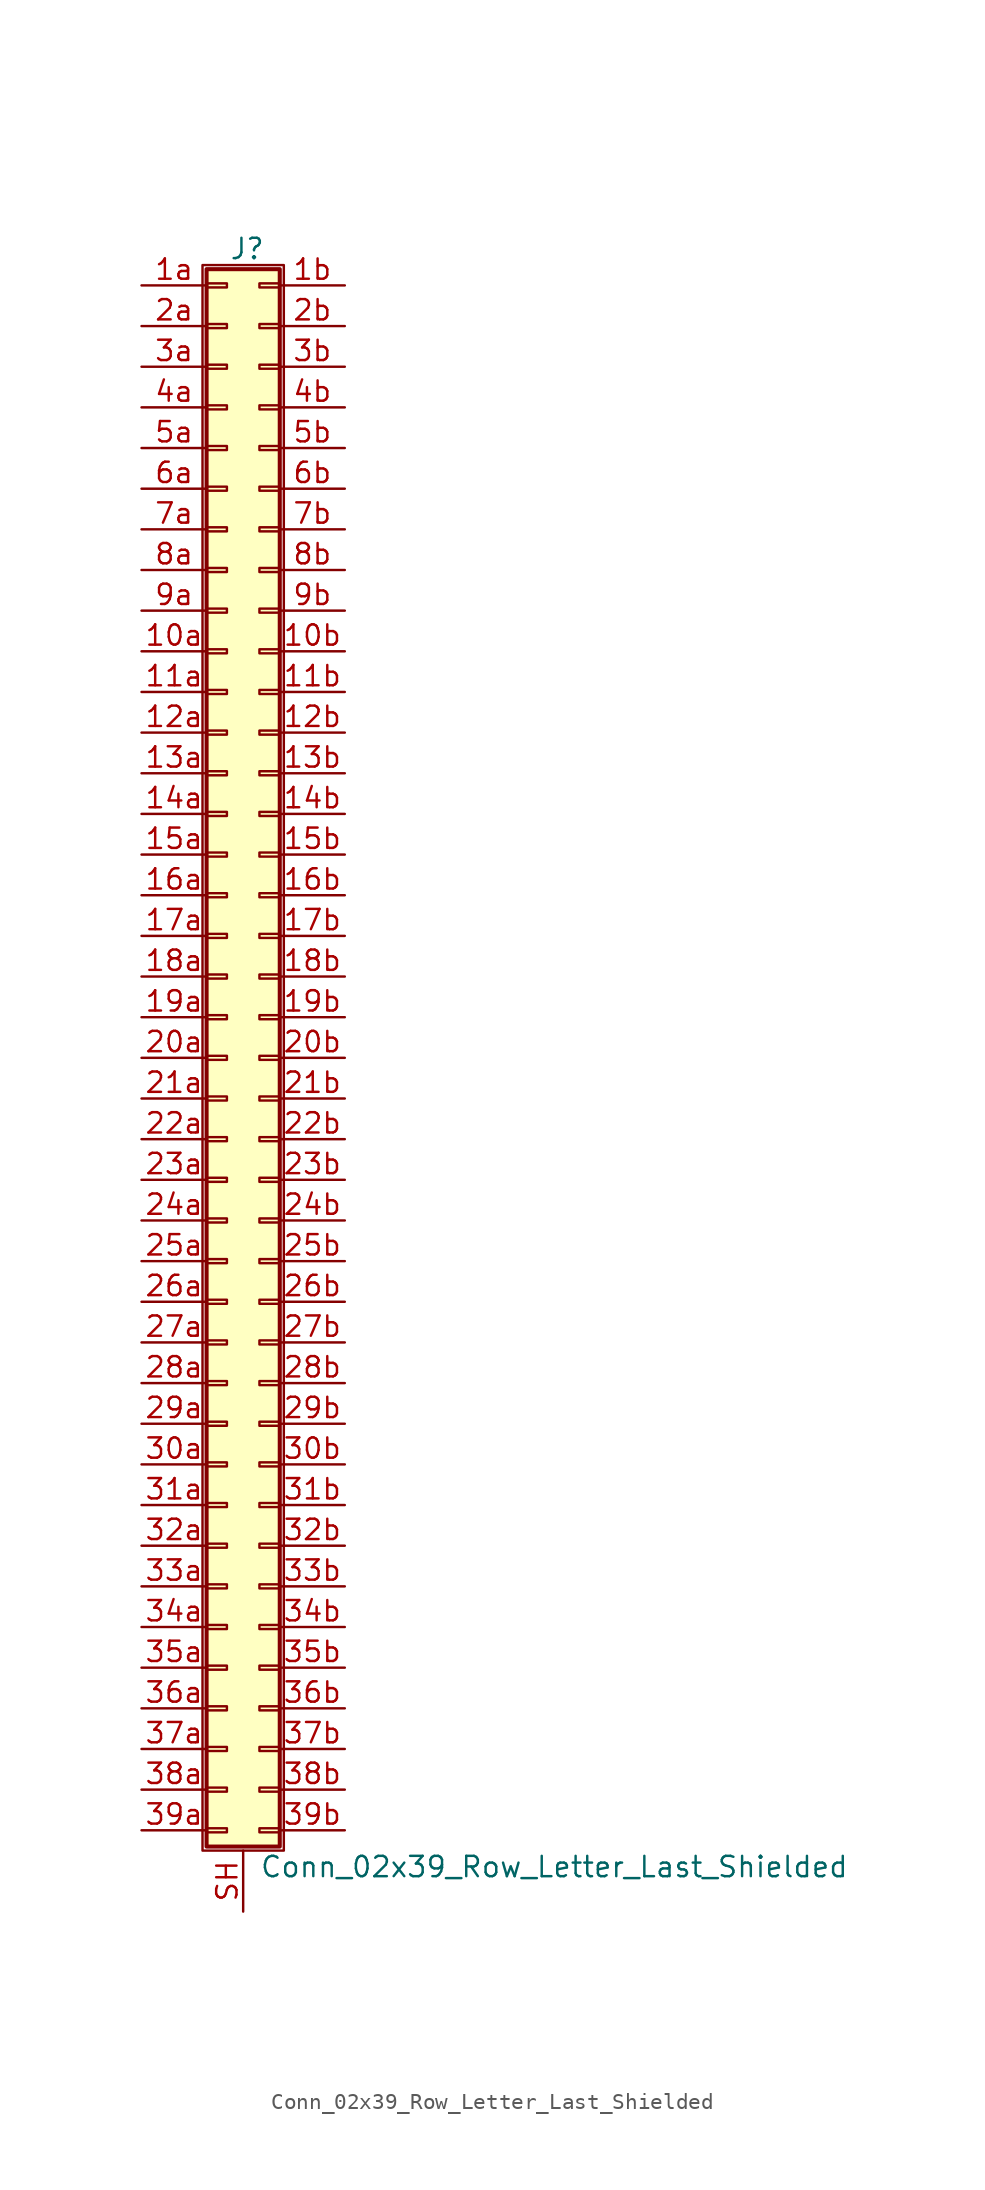
<source format=kicad_sym>
(kicad_symbol_lib
  (version 20211014)
  (generator kicad_symbol_editor)
  (symbol "Conn_02x39_Row_Letter_Last_Shielded"
    (pin_names
      (offset 1.016) hide)
    (property "Reference" "J"
      (at 1.524 50.546 0)
      (effects (font (size 1.27 1.27))))
    (property "Value" "Conn_02x39_Row_Letter_Last_Shielded"
      (at 2.286 -50.546 0)
      (effects (font (size 1.27 1.27)) (justify left)))
    (symbol "Conn_02x39_Row_Letter_Last_Shielded_1_1"
      (rectangle (start -1.27 49.53) (end 3.81 -49.53) (stroke (width 0.152) (type default) (color 0 0 0 0)) (fill (type none)))
      (rectangle (start -1.016 -48.133) (end 0.254 -48.387) (stroke (width 0.152) (type default) (color 0 0 0 0)) (fill (type none)))
      (rectangle (start -1.016 -45.593) (end 0.254 -45.847) (stroke (width 0.152) (type default) (color 0 0 0 0)) (fill (type none)))
      (rectangle (start -1.016 -43.053) (end 0.254 -43.307) (stroke (width 0.152) (type default) (color 0 0 0 0)) (fill (type none)))
      (rectangle (start -1.016 -40.513) (end 0.254 -40.767) (stroke (width 0.152) (type default) (color 0 0 0 0)) (fill (type none)))
      (rectangle (start -1.016 -37.973) (end 0.254 -38.227) (stroke (width 0.152) (type default) (color 0 0 0 0)) (fill (type none)))
      (rectangle (start -1.016 -35.433) (end 0.254 -35.687) (stroke (width 0.152) (type default) (color 0 0 0 0)) (fill (type none)))
      (rectangle (start -1.016 -32.893) (end 0.254 -33.147) (stroke (width 0.152) (type default) (color 0 0 0 0)) (fill (type none)))
      (rectangle (start -1.016 -30.353) (end 0.254 -30.607) (stroke (width 0.152) (type default) (color 0 0 0 0)) (fill (type none)))
      (rectangle (start -1.016 -27.813) (end 0.254 -28.067) (stroke (width 0.152) (type default) (color 0 0 0 0)) (fill (type none)))
      (rectangle (start -1.016 -25.273) (end 0.254 -25.527) (stroke (width 0.152) (type default) (color 0 0 0 0)) (fill (type none)))
      (rectangle (start -1.016 -22.733) (end 0.254 -22.987) (stroke (width 0.152) (type default) (color 0 0 0 0)) (fill (type none)))
      (rectangle (start -1.016 -20.193) (end 0.254 -20.447) (stroke (width 0.152) (type default) (color 0 0 0 0)) (fill (type none)))
      (rectangle (start -1.016 -17.653) (end 0.254 -17.907) (stroke (width 0.152) (type default) (color 0 0 0 0)) (fill (type none)))
      (rectangle (start -1.016 -15.113) (end 0.254 -15.367) (stroke (width 0.152) (type default) (color 0 0 0 0)) (fill (type none)))
      (rectangle (start -1.016 -12.573) (end 0.254 -12.827) (stroke (width 0.152) (type default) (color 0 0 0 0)) (fill (type none)))
      (rectangle (start -1.016 -10.033) (end 0.254 -10.287) (stroke (width 0.152) (type default) (color 0 0 0 0)) (fill (type none)))
      (rectangle (start -1.016 -7.493) (end 0.254 -7.747) (stroke (width 0.152) (type default) (color 0 0 0 0)) (fill (type none)))
      (rectangle (start -1.016 -4.953) (end 0.254 -5.207) (stroke (width 0.152) (type default) (color 0 0 0 0)) (fill (type none)))
      (rectangle (start -1.016 -2.413) (end 0.254 -2.667) (stroke (width 0.152) (type default) (color 0 0 0 0)) (fill (type none)))
      (rectangle (start -1.016 0.127) (end 0.254 -0.127) (stroke (width 0.152) (type default) (color 0 0 0 0)) (fill (type none)))
      (rectangle (start -1.016 2.667) (end 0.254 2.413) (stroke (width 0.152) (type default) (color 0 0 0 0)) (fill (type none)))
      (rectangle (start -1.016 5.207) (end 0.254 4.953) (stroke (width 0.152) (type default) (color 0 0 0 0)) (fill (type none)))
      (rectangle (start -1.016 7.747) (end 0.254 7.493) (stroke (width 0.152) (type default) (color 0 0 0 0)) (fill (type none)))
      (rectangle (start -1.016 10.287) (end 0.254 10.033) (stroke (width 0.152) (type default) (color 0 0 0 0)) (fill (type none)))
      (rectangle (start -1.016 12.827) (end 0.254 12.573) (stroke (width 0.152) (type default) (color 0 0 0 0)) (fill (type none)))
      (rectangle (start -1.016 15.367) (end 0.254 15.113) (stroke (width 0.152) (type default) (color 0 0 0 0)) (fill (type none)))
      (rectangle (start -1.016 17.907) (end 0.254 17.653) (stroke (width 0.152) (type default) (color 0 0 0 0)) (fill (type none)))
      (rectangle (start -1.016 20.447) (end 0.254 20.193) (stroke (width 0.152) (type default) (color 0 0 0 0)) (fill (type none)))
      (rectangle (start -1.016 22.987) (end 0.254 22.733) (stroke (width 0.152) (type default) (color 0 0 0 0)) (fill (type none)))
      (rectangle (start -1.016 25.527) (end 0.254 25.273) (stroke (width 0.152) (type default) (color 0 0 0 0)) (fill (type none)))
      (rectangle (start -1.016 28.067) (end 0.254 27.813) (stroke (width 0.152) (type default) (color 0 0 0 0)) (fill (type none)))
      (rectangle (start -1.016 30.607) (end 0.254 30.353) (stroke (width 0.152) (type default) (color 0 0 0 0)) (fill (type none)))
      (rectangle (start -1.016 33.147) (end 0.254 32.893) (stroke (width 0.152) (type default) (color 0 0 0 0)) (fill (type none)))
      (rectangle (start -1.016 35.687) (end 0.254 35.433) (stroke (width 0.152) (type default) (color 0 0 0 0)) (fill (type none)))
      (rectangle (start -1.016 38.227) (end 0.254 37.973) (stroke (width 0.152) (type default) (color 0 0 0 0)) (fill (type none)))
      (rectangle (start -1.016 40.767) (end 0.254 40.513) (stroke (width 0.152) (type default) (color 0 0 0 0)) (fill (type none)))
      (rectangle (start -1.016 43.307) (end 0.254 43.053) (stroke (width 0.152) (type default) (color 0 0 0 0)) (fill (type none)))
      (rectangle (start -1.016 45.847) (end 0.254 45.593) (stroke (width 0.152) (type default) (color 0 0 0 0)) (fill (type none)))
      (rectangle (start -1.016 48.387) (end 0.254 48.133) (stroke (width 0.152) (type default) (color 0 0 0 0)) (fill (type none)))
      (rectangle (start -1.016 49.276) (end 3.556 -49.276) (stroke (width 0.254) (type default) (color 0 0 0 0)) (fill (type background)))
      (rectangle (start 3.556 -48.133) (end 2.286 -48.387) (stroke (width 0.152) (type default) (color 0 0 0 0)) (fill (type none)))
      (rectangle (start 3.556 -45.593) (end 2.286 -45.847) (stroke (width 0.152) (type default) (color 0 0 0 0)) (fill (type none)))
      (rectangle (start 3.556 -43.053) (end 2.286 -43.307) (stroke (width 0.152) (type default) (color 0 0 0 0)) (fill (type none)))
      (rectangle (start 3.556 -40.513) (end 2.286 -40.767) (stroke (width 0.152) (type default) (color 0 0 0 0)) (fill (type none)))
      (rectangle (start 3.556 -37.973) (end 2.286 -38.227) (stroke (width 0.152) (type default) (color 0 0 0 0)) (fill (type none)))
      (rectangle (start 3.556 -35.433) (end 2.286 -35.687) (stroke (width 0.152) (type default) (color 0 0 0 0)) (fill (type none)))
      (rectangle (start 3.556 -32.893) (end 2.286 -33.147) (stroke (width 0.152) (type default) (color 0 0 0 0)) (fill (type none)))
      (rectangle (start 3.556 -30.353) (end 2.286 -30.607) (stroke (width 0.152) (type default) (color 0 0 0 0)) (fill (type none)))
      (rectangle (start 3.556 -27.813) (end 2.286 -28.067) (stroke (width 0.152) (type default) (color 0 0 0 0)) (fill (type none)))
      (rectangle (start 3.556 -25.273) (end 2.286 -25.527) (stroke (width 0.152) (type default) (color 0 0 0 0)) (fill (type none)))
      (rectangle (start 3.556 -22.733) (end 2.286 -22.987) (stroke (width 0.152) (type default) (color 0 0 0 0)) (fill (type none)))
      (rectangle (start 3.556 -20.193) (end 2.286 -20.447) (stroke (width 0.152) (type default) (color 0 0 0 0)) (fill (type none)))
      (rectangle (start 3.556 -17.653) (end 2.286 -17.907) (stroke (width 0.152) (type default) (color 0 0 0 0)) (fill (type none)))
      (rectangle (start 3.556 -15.113) (end 2.286 -15.367) (stroke (width 0.152) (type default) (color 0 0 0 0)) (fill (type none)))
      (rectangle (start 3.556 -12.573) (end 2.286 -12.827) (stroke (width 0.152) (type default) (color 0 0 0 0)) (fill (type none)))
      (rectangle (start 3.556 -10.033) (end 2.286 -10.287) (stroke (width 0.152) (type default) (color 0 0 0 0)) (fill (type none)))
      (rectangle (start 3.556 -7.493) (end 2.286 -7.747) (stroke (width 0.152) (type default) (color 0 0 0 0)) (fill (type none)))
      (rectangle (start 3.556 -4.953) (end 2.286 -5.207) (stroke (width 0.152) (type default) (color 0 0 0 0)) (fill (type none)))
      (rectangle (start 3.556 -2.413) (end 2.286 -2.667) (stroke (width 0.152) (type default) (color 0 0 0 0)) (fill (type none)))
      (rectangle (start 3.556 0.127) (end 2.286 -0.127) (stroke (width 0.152) (type default) (color 0 0 0 0)) (fill (type none)))
      (rectangle (start 3.556 2.667) (end 2.286 2.413) (stroke (width 0.152) (type default) (color 0 0 0 0)) (fill (type none)))
      (rectangle (start 3.556 5.207) (end 2.286 4.953) (stroke (width 0.152) (type default) (color 0 0 0 0)) (fill (type none)))
      (rectangle (start 3.556 7.747) (end 2.286 7.493) (stroke (width 0.152) (type default) (color 0 0 0 0)) (fill (type none)))
      (rectangle (start 3.556 10.287) (end 2.286 10.033) (stroke (width 0.152) (type default) (color 0 0 0 0)) (fill (type none)))
      (rectangle (start 3.556 12.827) (end 2.286 12.573) (stroke (width 0.152) (type default) (color 0 0 0 0)) (fill (type none)))
      (rectangle (start 3.556 15.367) (end 2.286 15.113) (stroke (width 0.152) (type default) (color 0 0 0 0)) (fill (type none)))
      (rectangle (start 3.556 17.907) (end 2.286 17.653) (stroke (width 0.152) (type default) (color 0 0 0 0)) (fill (type none)))
      (rectangle (start 3.556 20.447) (end 2.286 20.193) (stroke (width 0.152) (type default) (color 0 0 0 0)) (fill (type none)))
      (rectangle (start 3.556 22.987) (end 2.286 22.733) (stroke (width 0.152) (type default) (color 0 0 0 0)) (fill (type none)))
      (rectangle (start 3.556 25.527) (end 2.286 25.273) (stroke (width 0.152) (type default) (color 0 0 0 0)) (fill (type none)))
      (rectangle (start 3.556 28.067) (end 2.286 27.813) (stroke (width 0.152) (type default) (color 0 0 0 0)) (fill (type none)))
      (rectangle (start 3.556 30.607) (end 2.286 30.353) (stroke (width 0.152) (type default) (color 0 0 0 0)) (fill (type none)))
      (rectangle (start 3.556 33.147) (end 2.286 32.893) (stroke (width 0.152) (type default) (color 0 0 0 0)) (fill (type none)))
      (rectangle (start 3.556 35.687) (end 2.286 35.433) (stroke (width 0.152) (type default) (color 0 0 0 0)) (fill (type none)))
      (rectangle (start 3.556 38.227) (end 2.286 37.973) (stroke (width 0.152) (type default) (color 0 0 0 0)) (fill (type none)))
      (rectangle (start 3.556 40.767) (end 2.286 40.513) (stroke (width 0.152) (type default) (color 0 0 0 0)) (fill (type none)))
      (rectangle (start 3.556 43.307) (end 2.286 43.053) (stroke (width 0.152) (type default) (color 0 0 0 0)) (fill (type none)))
      (rectangle (start 3.556 45.847) (end 2.286 45.593) (stroke (width 0.152) (type default) (color 0 0 0 0)) (fill (type none)))
      (rectangle (start 3.556 48.387) (end 2.286 48.133) (stroke (width 0.152) (type default) (color 0 0 0 0)) (fill (type none)))
      (pin passive line (at -5.08 25.4 0) (length 4.064) (name "Pin_10a" (effects (font (size 1.27 1.27)))) (number "10a" (effects (font (size 1.27 1.27)))))
      (pin passive line (at 7.62 25.4 180) (length 4.064) (name "Pin_10b" (effects (font (size 1.27 1.27)))) (number "10b" (effects (font (size 1.27 1.27)))))
      (pin passive line (at -5.08 22.86 0) (length 4.064) (name "Pin_11a" (effects (font (size 1.27 1.27)))) (number "11a" (effects (font (size 1.27 1.27)))))
      (pin passive line (at 7.62 22.86 180) (length 4.064) (name "Pin_11b" (effects (font (size 1.27 1.27)))) (number "11b" (effects (font (size 1.27 1.27)))))
      (pin passive line (at -5.08 20.32 0) (length 4.064) (name "Pin_12a" (effects (font (size 1.27 1.27)))) (number "12a" (effects (font (size 1.27 1.27)))))
      (pin passive line (at 7.62 20.32 180) (length 4.064) (name "Pin_12b" (effects (font (size 1.27 1.27)))) (number "12b" (effects (font (size 1.27 1.27)))))
      (pin passive line (at -5.08 17.78 0) (length 4.064) (name "Pin_13a" (effects (font (size 1.27 1.27)))) (number "13a" (effects (font (size 1.27 1.27)))))
      (pin passive line (at 7.62 17.78 180) (length 4.064) (name "Pin_13b" (effects (font (size 1.27 1.27)))) (number "13b" (effects (font (size 1.27 1.27)))))
      (pin passive line (at -5.08 15.24 0) (length 4.064) (name "Pin_14a" (effects (font (size 1.27 1.27)))) (number "14a" (effects (font (size 1.27 1.27)))))
      (pin passive line (at 7.62 15.24 180) (length 4.064) (name "Pin_14b" (effects (font (size 1.27 1.27)))) (number "14b" (effects (font (size 1.27 1.27)))))
      (pin passive line (at -5.08 12.7 0) (length 4.064) (name "Pin_15a" (effects (font (size 1.27 1.27)))) (number "15a" (effects (font (size 1.27 1.27)))))
      (pin passive line (at 7.62 12.7 180) (length 4.064) (name "Pin_15b" (effects (font (size 1.27 1.27)))) (number "15b" (effects (font (size 1.27 1.27)))))
      (pin passive line (at -5.08 10.16 0) (length 4.064) (name "Pin_16a" (effects (font (size 1.27 1.27)))) (number "16a" (effects (font (size 1.27 1.27)))))
      (pin passive line (at 7.62 10.16 180) (length 4.064) (name "Pin_16b" (effects (font (size 1.27 1.27)))) (number "16b" (effects (font (size 1.27 1.27)))))
      (pin passive line (at -5.08 7.62 0) (length 4.064) (name "Pin_17a" (effects (font (size 1.27 1.27)))) (number "17a" (effects (font (size 1.27 1.27)))))
      (pin passive line (at 7.62 7.62 180) (length 4.064) (name "Pin_17b" (effects (font (size 1.27 1.27)))) (number "17b" (effects (font (size 1.27 1.27)))))
      (pin passive line (at -5.08 5.08 0) (length 4.064) (name "Pin_18a" (effects (font (size 1.27 1.27)))) (number "18a" (effects (font (size 1.27 1.27)))))
      (pin passive line (at 7.62 5.08 180) (length 4.064) (name "Pin_18b" (effects (font (size 1.27 1.27)))) (number "18b" (effects (font (size 1.27 1.27)))))
      (pin passive line (at -5.08 2.54 0) (length 4.064) (name "Pin_19a" (effects (font (size 1.27 1.27)))) (number "19a" (effects (font (size 1.27 1.27)))))
      (pin passive line (at 7.62 2.54 180) (length 4.064) (name "Pin_19b" (effects (font (size 1.27 1.27)))) (number "19b" (effects (font (size 1.27 1.27)))))
      (pin passive line (at -5.08 48.26 0) (length 4.064) (name "Pin_1a" (effects (font (size 1.27 1.27)))) (number "1a" (effects (font (size 1.27 1.27)))))
      (pin passive line (at 7.62 48.26 180) (length 4.064) (name "Pin_1b" (effects (font (size 1.27 1.27)))) (number "1b" (effects (font (size 1.27 1.27)))))
      (pin passive line (at -5.08 0 0) (length 4.064) (name "Pin_20a" (effects (font (size 1.27 1.27)))) (number "20a" (effects (font (size 1.27 1.27)))))
      (pin passive line (at 7.62 0 180) (length 4.064) (name "Pin_20b" (effects (font (size 1.27 1.27)))) (number "20b" (effects (font (size 1.27 1.27)))))
      (pin passive line (at -5.08 -2.54 0) (length 4.064) (name "Pin_21a" (effects (font (size 1.27 1.27)))) (number "21a" (effects (font (size 1.27 1.27)))))
      (pin passive line (at 7.62 -2.54 180) (length 4.064) (name "Pin_21b" (effects (font (size 1.27 1.27)))) (number "21b" (effects (font (size 1.27 1.27)))))
      (pin passive line (at -5.08 -5.08 0) (length 4.064) (name "Pin_22a" (effects (font (size 1.27 1.27)))) (number "22a" (effects (font (size 1.27 1.27)))))
      (pin passive line (at 7.62 -5.08 180) (length 4.064) (name "Pin_22b" (effects (font (size 1.27 1.27)))) (number "22b" (effects (font (size 1.27 1.27)))))
      (pin passive line (at -5.08 -7.62 0) (length 4.064) (name "Pin_23a" (effects (font (size 1.27 1.27)))) (number "23a" (effects (font (size 1.27 1.27)))))
      (pin passive line (at 7.62 -7.62 180) (length 4.064) (name "Pin_23b" (effects (font (size 1.27 1.27)))) (number "23b" (effects (font (size 1.27 1.27)))))
      (pin passive line (at -5.08 -10.16 0) (length 4.064) (name "Pin_24a" (effects (font (size 1.27 1.27)))) (number "24a" (effects (font (size 1.27 1.27)))))
      (pin passive line (at 7.62 -10.16 180) (length 4.064) (name "Pin_24b" (effects (font (size 1.27 1.27)))) (number "24b" (effects (font (size 1.27 1.27)))))
      (pin passive line (at -5.08 -12.7 0) (length 4.064) (name "Pin_25a" (effects (font (size 1.27 1.27)))) (number "25a" (effects (font (size 1.27 1.27)))))
      (pin passive line (at 7.62 -12.7 180) (length 4.064) (name "Pin_25b" (effects (font (size 1.27 1.27)))) (number "25b" (effects (font (size 1.27 1.27)))))
      (pin passive line (at -5.08 -15.24 0) (length 4.064) (name "Pin_26a" (effects (font (size 1.27 1.27)))) (number "26a" (effects (font (size 1.27 1.27)))))
      (pin passive line (at 7.62 -15.24 180) (length 4.064) (name "Pin_26b" (effects (font (size 1.27 1.27)))) (number "26b" (effects (font (size 1.27 1.27)))))
      (pin passive line (at -5.08 -17.78 0) (length 4.064) (name "Pin_27a" (effects (font (size 1.27 1.27)))) (number "27a" (effects (font (size 1.27 1.27)))))
      (pin passive line (at 7.62 -17.78 180) (length 4.064) (name "Pin_27b" (effects (font (size 1.27 1.27)))) (number "27b" (effects (font (size 1.27 1.27)))))
      (pin passive line (at -5.08 -20.32 0) (length 4.064) (name "Pin_28a" (effects (font (size 1.27 1.27)))) (number "28a" (effects (font (size 1.27 1.27)))))
      (pin passive line (at 7.62 -20.32 180) (length 4.064) (name "Pin_28b" (effects (font (size 1.27 1.27)))) (number "28b" (effects (font (size 1.27 1.27)))))
      (pin passive line (at -5.08 -22.86 0) (length 4.064) (name "Pin_29a" (effects (font (size 1.27 1.27)))) (number "29a" (effects (font (size 1.27 1.27)))))
      (pin passive line (at 7.62 -22.86 180) (length 4.064) (name "Pin_29b" (effects (font (size 1.27 1.27)))) (number "29b" (effects (font (size 1.27 1.27)))))
      (pin passive line (at -5.08 45.72 0) (length 4.064) (name "Pin_2a" (effects (font (size 1.27 1.27)))) (number "2a" (effects (font (size 1.27 1.27)))))
      (pin passive line (at 7.62 45.72 180) (length 4.064) (name "Pin_2b" (effects (font (size 1.27 1.27)))) (number "2b" (effects (font (size 1.27 1.27)))))
      (pin passive line (at -5.08 -25.4 0) (length 4.064) (name "Pin_30a" (effects (font (size 1.27 1.27)))) (number "30a" (effects (font (size 1.27 1.27)))))
      (pin passive line (at 7.62 -25.4 180) (length 4.064) (name "Pin_30b" (effects (font (size 1.27 1.27)))) (number "30b" (effects (font (size 1.27 1.27)))))
      (pin passive line (at -5.08 -27.94 0) (length 4.064) (name "Pin_31a" (effects (font (size 1.27 1.27)))) (number "31a" (effects (font (size 1.27 1.27)))))
      (pin passive line (at 7.62 -27.94 180) (length 4.064) (name "Pin_31b" (effects (font (size 1.27 1.27)))) (number "31b" (effects (font (size 1.27 1.27)))))
      (pin passive line (at -5.08 -30.48 0) (length 4.064) (name "Pin_32a" (effects (font (size 1.27 1.27)))) (number "32a" (effects (font (size 1.27 1.27)))))
      (pin passive line (at 7.62 -30.48 180) (length 4.064) (name "Pin_32b" (effects (font (size 1.27 1.27)))) (number "32b" (effects (font (size 1.27 1.27)))))
      (pin passive line (at -5.08 -33.02 0) (length 4.064) (name "Pin_33a" (effects (font (size 1.27 1.27)))) (number "33a" (effects (font (size 1.27 1.27)))))
      (pin passive line (at 7.62 -33.02 180) (length 4.064) (name "Pin_33b" (effects (font (size 1.27 1.27)))) (number "33b" (effects (font (size 1.27 1.27)))))
      (pin passive line (at -5.08 -35.56 0) (length 4.064) (name "Pin_34a" (effects (font (size 1.27 1.27)))) (number "34a" (effects (font (size 1.27 1.27)))))
      (pin passive line (at 7.62 -35.56 180) (length 4.064) (name "Pin_34b" (effects (font (size 1.27 1.27)))) (number "34b" (effects (font (size 1.27 1.27)))))
      (pin passive line (at -5.08 -38.1 0) (length 4.064) (name "Pin_35a" (effects (font (size 1.27 1.27)))) (number "35a" (effects (font (size 1.27 1.27)))))
      (pin passive line (at 7.62 -38.1 180) (length 4.064) (name "Pin_35b" (effects (font (size 1.27 1.27)))) (number "35b" (effects (font (size 1.27 1.27)))))
      (pin passive line (at -5.08 -40.64 0) (length 4.064) (name "Pin_36a" (effects (font (size 1.27 1.27)))) (number "36a" (effects (font (size 1.27 1.27)))))
      (pin passive line (at 7.62 -40.64 180) (length 4.064) (name "Pin_36b" (effects (font (size 1.27 1.27)))) (number "36b" (effects (font (size 1.27 1.27)))))
      (pin passive line (at -5.08 -43.18 0) (length 4.064) (name "Pin_37a" (effects (font (size 1.27 1.27)))) (number "37a" (effects (font (size 1.27 1.27)))))
      (pin passive line (at 7.62 -43.18 180) (length 4.064) (name "Pin_37b" (effects (font (size 1.27 1.27)))) (number "37b" (effects (font (size 1.27 1.27)))))
      (pin passive line (at -5.08 -45.72 0) (length 4.064) (name "Pin_38a" (effects (font (size 1.27 1.27)))) (number "38a" (effects (font (size 1.27 1.27)))))
      (pin passive line (at 7.62 -45.72 180) (length 4.064) (name "Pin_38b" (effects (font (size 1.27 1.27)))) (number "38b" (effects (font (size 1.27 1.27)))))
      (pin passive line (at -5.08 -48.26 0) (length 4.064) (name "Pin_39a" (effects (font (size 1.27 1.27)))) (number "39a" (effects (font (size 1.27 1.27)))))
      (pin passive line (at 7.62 -48.26 180) (length 4.064) (name "Pin_39b" (effects (font (size 1.27 1.27)))) (number "39b" (effects (font (size 1.27 1.27)))))
      (pin passive line (at -5.08 43.18 0) (length 4.064) (name "Pin_3a" (effects (font (size 1.27 1.27)))) (number "3a" (effects (font (size 1.27 1.27)))))
      (pin passive line (at 7.62 43.18 180) (length 4.064) (name "Pin_3b" (effects (font (size 1.27 1.27)))) (number "3b" (effects (font (size 1.27 1.27)))))
      (pin passive line (at -5.08 40.64 0) (length 4.064) (name "Pin_4a" (effects (font (size 1.27 1.27)))) (number "4a" (effects (font (size 1.27 1.27)))))
      (pin passive line (at 7.62 40.64 180) (length 4.064) (name "Pin_4b" (effects (font (size 1.27 1.27)))) (number "4b" (effects (font (size 1.27 1.27)))))
      (pin passive line (at -5.08 38.1 0) (length 4.064) (name "Pin_5a" (effects (font (size 1.27 1.27)))) (number "5a" (effects (font (size 1.27 1.27)))))
      (pin passive line (at 7.62 38.1 180) (length 4.064) (name "Pin_5b" (effects (font (size 1.27 1.27)))) (number "5b" (effects (font (size 1.27 1.27)))))
      (pin passive line (at -5.08 35.56 0) (length 4.064) (name "Pin_6a" (effects (font (size 1.27 1.27)))) (number "6a" (effects (font (size 1.27 1.27)))))
      (pin passive line (at 7.62 35.56 180) (length 4.064) (name "Pin_6b" (effects (font (size 1.27 1.27)))) (number "6b" (effects (font (size 1.27 1.27)))))
      (pin passive line (at -5.08 33.02 0) (length 4.064) (name "Pin_7a" (effects (font (size 1.27 1.27)))) (number "7a" (effects (font (size 1.27 1.27)))))
      (pin passive line (at 7.62 33.02 180) (length 4.064) (name "Pin_7b" (effects (font (size 1.27 1.27)))) (number "7b" (effects (font (size 1.27 1.27)))))
      (pin passive line (at -5.08 30.48 0) (length 4.064) (name "Pin_8a" (effects (font (size 1.27 1.27)))) (number "8a" (effects (font (size 1.27 1.27)))))
      (pin passive line (at 7.62 30.48 180) (length 4.064) (name "Pin_8b" (effects (font (size 1.27 1.27)))) (number "8b" (effects (font (size 1.27 1.27)))))
      (pin passive line (at -5.08 27.94 0) (length 4.064) (name "Pin_9a" (effects (font (size 1.27 1.27)))) (number "9a" (effects (font (size 1.27 1.27)))))
      (pin passive line (at 7.62 27.94 180) (length 4.064) (name "Pin_9b" (effects (font (size 1.27 1.27)))) (number "9b" (effects (font (size 1.27 1.27)))))
      (pin passive line (at 1.27 -53.34 90) (length 3.81) (name "Shield" (effects (font (size 1.27 1.27)))) (number "SH" (effects (font (size 1.27 1.27))))))))
</source>
